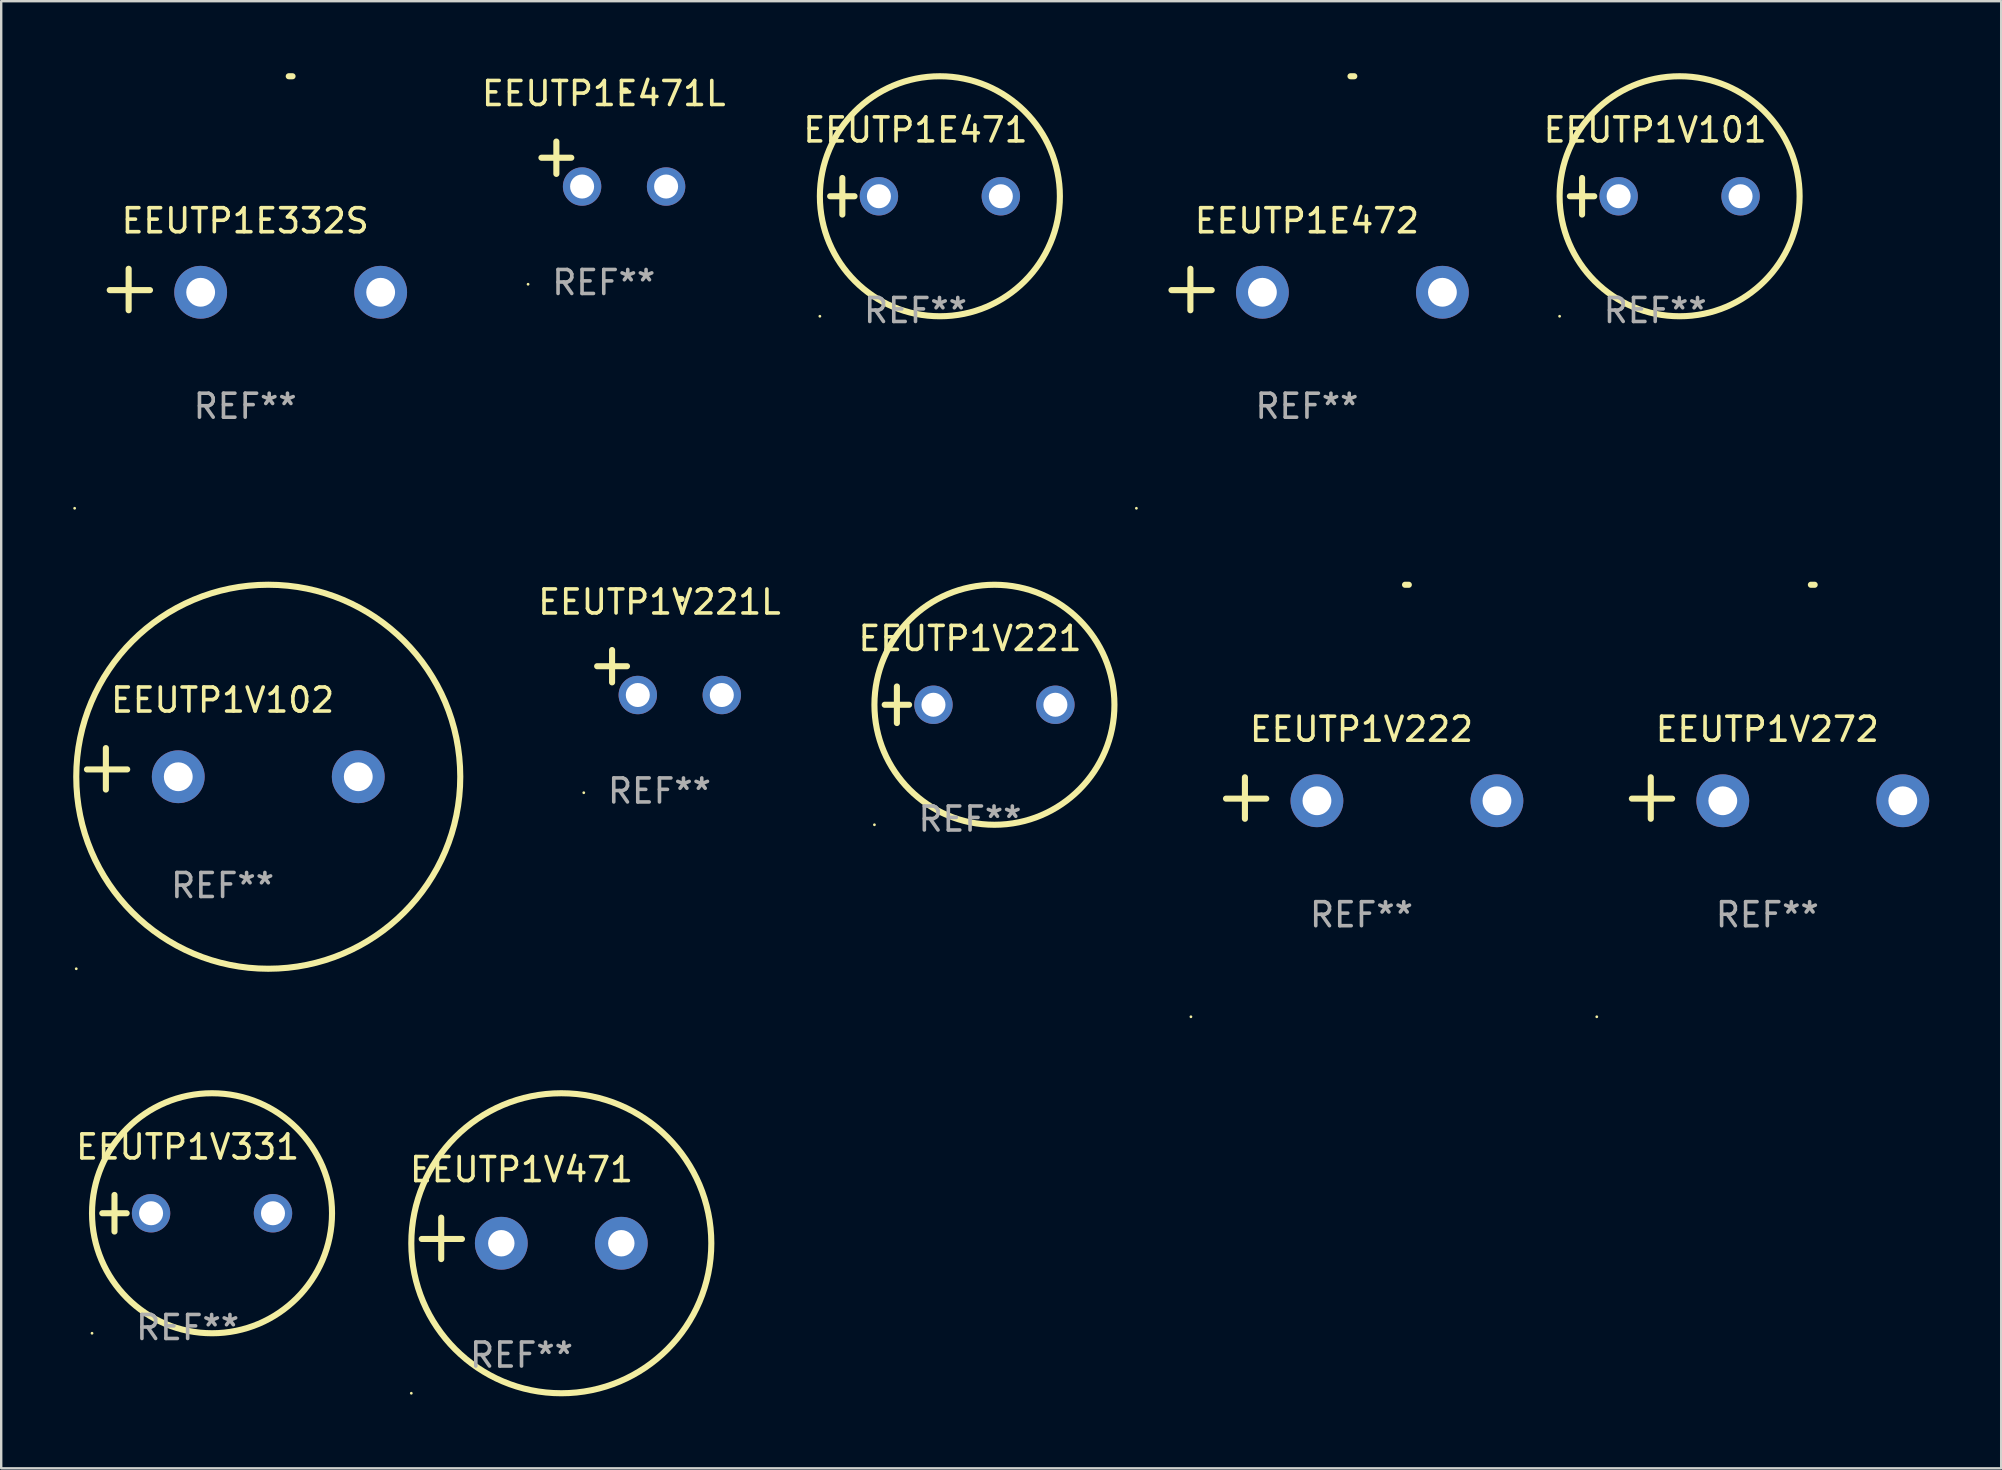
<source format=kicad_pcb>
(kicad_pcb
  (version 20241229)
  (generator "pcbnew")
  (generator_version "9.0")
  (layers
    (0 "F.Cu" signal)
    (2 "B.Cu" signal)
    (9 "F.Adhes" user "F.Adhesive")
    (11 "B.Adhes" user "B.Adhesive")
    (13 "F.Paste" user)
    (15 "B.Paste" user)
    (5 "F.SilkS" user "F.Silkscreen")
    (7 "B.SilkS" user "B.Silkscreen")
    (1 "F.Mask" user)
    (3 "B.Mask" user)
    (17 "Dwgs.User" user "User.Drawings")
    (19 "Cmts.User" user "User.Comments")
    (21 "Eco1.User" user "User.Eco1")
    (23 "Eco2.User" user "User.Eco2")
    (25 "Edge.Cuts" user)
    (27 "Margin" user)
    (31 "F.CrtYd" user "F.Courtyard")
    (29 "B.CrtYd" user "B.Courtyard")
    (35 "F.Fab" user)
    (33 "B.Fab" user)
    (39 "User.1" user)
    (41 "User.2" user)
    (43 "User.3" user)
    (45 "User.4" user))
  (footprint "EEUTP1V101"
    (layer "F.Cu")
    (at 65.915 5.127)
    (property "Reference" "EEUTP1V101" (at 0 -2.762 0) (layer "F.SilkS") (effects (font (size 1 1) (thickness 0.15))))
    (attr through_hole)
    (fp_line (start -3.556 0) (end -2.54 0) (stroke (width 0.254) (type solid)) (layer "F.SilkS"))
    (fp_line (start -3.048 -0.762) (end -3.048 0.762) (stroke (width 0.254) (type solid)) (layer "F.SilkS"))
    (fp_circle (center -3.984 5) (end -3.954 5) (stroke (width 0.06) (type solid)) (fill no) (layer "F.SilkS"))
    (fp_circle (center 1.016 0) (end 6.016 0) (stroke (width 0.254) (type solid)) (fill no) (layer "F.SilkS"))
    (fp_text user "REF**" (at 0 4.762 0) (layer "F.Fab") (effects (font (size 1 1) (thickness 0.15))))
    (pad "1" thru_hole circle (at -1.524 0) (size 1.6 1.6) (drill 1) (layers "*.Cu" "*.Mask"))
    (pad "2" thru_hole circle (at 3.556 0) (size 1.6 1.6) (drill 1) (layers "*.Cu" "*.Mask")))
  (footprint "EEUTP1V221"
    (layer "F.Cu")
    (at 37.367 26.314)
    (property "Reference" "EEUTP1V221" (at 0 -2.762 0) (layer "F.SilkS") (effects (font (size 1 1) (thickness 0.15))))
    (attr through_hole)
    (fp_line (start -3.556 0) (end -2.54 0) (stroke (width 0.254) (type solid)) (layer "F.SilkS"))
    (fp_line (start -3.048 -0.762) (end -3.048 0.762) (stroke (width 0.254) (type solid)) (layer "F.SilkS"))
    (fp_circle (center -3.984 5) (end -3.954 5) (stroke (width 0.06) (type solid)) (fill no) (layer "F.SilkS"))
    (fp_circle (center 1.016 0) (end 6.016 0) (stroke (width 0.254) (type solid)) (fill no) (layer "F.SilkS"))
    (fp_text user "REF**" (at 0 4.762 0) (layer "F.Fab") (effects (font (size 1 1) (thickness 0.15))))
    (pad "1" thru_hole circle (at -1.524 0) (size 1.6 1.6) (drill 1) (layers "*.Cu" "*.Mask"))
    (pad "2" thru_hole circle (at 3.556 0) (size 1.6 1.6) (drill 1) (layers "*.Cu" "*.Mask")))
  (footprint "EEUTP1V102"
    (layer "F.Cu")
    (at 6.225 28.983)
    (property "Reference" "EEUTP1V102" (at 0 -2.864 0) (layer "F.SilkS") (effects (font (size 1 1) (thickness 0.15))))
    (attr through_hole)
    (fp_line (start -4.864 0.864) (end -4.864 -0.864) (stroke (width 0.254) (type solid)) (layer "F.SilkS"))
    (fp_line (start -3.975 0.025) (end -5.652 0.025) (stroke (width 0.254) (type solid)) (layer "F.SilkS"))
    (fp_circle (center -6.098 8.33) (end -6.068 8.33) (stroke (width 0.06) (type solid)) (fill no) (layer "F.SilkS"))
    (fp_circle (center 1.902 0.33) (end 9.902 0.33) (stroke (width 0.254) (type solid)) (fill no) (layer "F.SilkS"))
    (fp_text user "REF**" (at 0 4.864 0) (layer "F.Fab") (effects (font (size 1 1) (thickness 0.15))))
    (pad "1" thru_hole circle (at -1.848 0.33) (size 2.2 2.2) (drill 1.2) (layers "*.Cu" "*.Mask"))
    (pad "2" thru_hole circle (at 5.652 0.33) (size 2.2 2.2) (drill 1.2) (layers "*.Cu" "*.Mask")))
  (footprint "EEUTP1E471L"
    (layer "F.Cu")
    (at 22.106 3.785)
    (property "Reference" "EEUTP1E471L" (at 0 -2.937 0) (layer "F.SilkS") (effects (font (size 1 1) (thickness 0.15))))
    (attr through_hole)
    (fp_line (start -1.975 0.41) (end -1.975 -0.937) (stroke (width 0.254) (type solid)) (layer "F.SilkS"))
    (fp_line (start -1.353 -0.263) (end -2.597 -0.263) (stroke (width 0.254) (type solid)) (layer "F.SilkS"))
    (fp_arc (start 0.849809 -3.063957) (mid 0.885369 -3.064114) (end 0.920929 -3.063957) (stroke (width 0.254001) (type solid)) (layer "F.SilkS"))
    (fp_circle (center -3.154 5.008) (end -3.124 5.008) (stroke (width 0.06) (type solid)) (fill no) (layer "F.SilkS"))
    (fp_text user "REF**" (at 0 4.937 0) (layer "F.Fab") (effects (font (size 1 1) (thickness 0.15))))
    (pad "1" thru_hole circle (at -0.903 0.937) (size 1.6 1.6) (drill 1) (layers "*.Cu" "*.Mask"))
    (pad "2" thru_hole circle (at 2.597 0.937) (size 1.6 1.6) (drill 1) (layers "*.Cu" "*.Mask")))
  (footprint "EEUTP1V222"
    (layer "F.Cu")
    (at 53.676 30.2)
    (property "Reference" "EEUTP1V222" (at 0 -2.864 0) (layer "F.SilkS") (effects (font (size 1 1) (thickness 0.15))))
    (attr through_hole)
    (fp_line (start -4.856 0.864) (end -4.856 -0.864) (stroke (width 0.254) (type solid)) (layer "F.SilkS"))
    (fp_line (start -3.967 0.025) (end -5.644 0.025) (stroke (width 0.254) (type solid)) (layer "F.SilkS"))
    (fp_arc (start 1.815024 -8.885649) (mid 1.893764 -8.88599) (end 1.972504 -8.885649) (stroke (width 0.254001) (type solid)) (layer "F.SilkS"))
    (fp_circle (center -7.106 9.114) (end -7.076 9.114) (stroke (width 0.06) (type solid)) (fill no) (layer "F.SilkS"))
    (fp_text user "REF**" (at 0 4.864 0) (layer "F.Fab") (effects (font (size 1 1) (thickness 0.15))))
    (pad "1" thru_hole circle (at -1.856 0.114) (size 2.2 2.2) (drill 1.2) (layers "*.Cu" "*.Mask"))
    (pad "2" thru_hole circle (at 5.644 0.114) (size 2.2 2.2) (drill 1.2) (layers "*.Cu" "*.Mask")))
  (footprint "EEUTP1E332S"
    (layer "F.Cu")
    (at 7.166 9.013)
    (property "Reference" "EEUTP1E332S" (at 0 -2.864 0) (layer "F.SilkS") (effects (font (size 1 1) (thickness 0.15))))
    (attr through_hole)
    (fp_line (start -4.856 0.864) (end -4.856 -0.864) (stroke (width 0.254) (type solid)) (layer "F.SilkS"))
    (fp_line (start -3.967 0.025) (end -5.644 0.025) (stroke (width 0.254) (type solid)) (layer "F.SilkS"))
    (fp_arc (start 1.815024 -8.885649) (mid 1.893764 -8.88599) (end 1.972504 -8.885649) (stroke (width 0.254001) (type solid)) (layer "F.SilkS"))
    (fp_circle (center -7.106 9.114) (end -7.076 9.114) (stroke (width 0.06) (type solid)) (fill no) (layer "F.SilkS"))
    (fp_text user "REF**" (at 0 4.864 0) (layer "F.Fab") (effects (font (size 1 1) (thickness 0.15))))
    (pad "1" thru_hole circle (at -1.856 0.114) (size 2.2 2.2) (drill 1.2) (layers "*.Cu" "*.Mask"))
    (pad "2" thru_hole circle (at 5.644 0.114) (size 2.2 2.2) (drill 1.2) (layers "*.Cu" "*.Mask")))
  (footprint "EEUTP1V272"
    (layer "F.Cu")
    (at 70.586 30.2)
    (property "Reference" "EEUTP1V272" (at 0 -2.864 0) (layer "F.SilkS") (effects (font (size 1 1) (thickness 0.15))))
    (attr through_hole)
    (fp_line (start -4.856 0.864) (end -4.856 -0.864) (stroke (width 0.254) (type solid)) (layer "F.SilkS"))
    (fp_line (start -3.967 0.025) (end -5.644 0.025) (stroke (width 0.254) (type solid)) (layer "F.SilkS"))
    (fp_arc (start 1.815024 -8.885649) (mid 1.893764 -8.88599) (end 1.972504 -8.885649) (stroke (width 0.254001) (type solid)) (layer "F.SilkS"))
    (fp_circle (center -7.106 9.114) (end -7.076 9.114) (stroke (width 0.06) (type solid)) (fill no) (layer "F.SilkS"))
    (fp_text user "REF**" (at 0 4.864 0) (layer "F.Fab") (effects (font (size 1 1) (thickness 0.15))))
    (pad "1" thru_hole circle (at -1.856 0.114) (size 2.2 2.2) (drill 1.2) (layers "*.Cu" "*.Mask"))
    (pad "2" thru_hole circle (at 5.644 0.114) (size 2.2 2.2) (drill 1.2) (layers "*.Cu" "*.Mask")))
  (footprint "EEUTP1V331"
    (layer "F.Cu")
    (at 4.768 47.5)
    (property "Reference" "EEUTP1V331" (at 0 -2.762 0) (layer "F.SilkS") (effects (font (size 1 1) (thickness 0.15))))
    (attr through_hole)
    (fp_line (start -3.556 0) (end -2.54 0) (stroke (width 0.254) (type solid)) (layer "F.SilkS"))
    (fp_line (start -3.048 -0.762) (end -3.048 0.762) (stroke (width 0.254) (type solid)) (layer "F.SilkS"))
    (fp_circle (center -3.984 5) (end -3.954 5) (stroke (width 0.06) (type solid)) (fill no) (layer "F.SilkS"))
    (fp_circle (center 1.016 0) (end 6.016 0) (stroke (width 0.254) (type solid)) (fill no) (layer "F.SilkS"))
    (fp_text user "REF**" (at 0 4.762 0) (layer "F.Fab") (effects (font (size 1 1) (thickness 0.15))))
    (pad "1" thru_hole circle (at -1.524 0) (size 1.6 1.6) (drill 1) (layers "*.Cu" "*.Mask"))
    (pad "2" thru_hole circle (at 3.556 0) (size 1.6 1.6) (drill 1) (layers "*.Cu" "*.Mask")))
  (footprint "EEUTP1E472"
    (layer "F.Cu")
    (at 51.404 9.013)
    (property "Reference" "EEUTP1E472" (at 0 -2.864 0) (layer "F.SilkS") (effects (font (size 1 1) (thickness 0.15))))
    (attr through_hole)
    (fp_line (start -4.856 0.864) (end -4.856 -0.864) (stroke (width 0.254) (type solid)) (layer "F.SilkS"))
    (fp_line (start -3.967 0.025) (end -5.644 0.025) (stroke (width 0.254) (type solid)) (layer "F.SilkS"))
    (fp_arc (start 1.815024 -8.885649) (mid 1.893764 -8.88599) (end 1.972504 -8.885649) (stroke (width 0.254001) (type solid)) (layer "F.SilkS"))
    (fp_circle (center -7.106 9.114) (end -7.076 9.114) (stroke (width 0.06) (type solid)) (fill no) (layer "F.SilkS"))
    (fp_text user "REF**" (at 0 4.864 0) (layer "F.Fab") (effects (font (size 1 1) (thickness 0.15))))
    (pad "1" thru_hole circle (at -1.856 0.114) (size 2.2 2.2) (drill 1.2) (layers "*.Cu" "*.Mask"))
    (pad "2" thru_hole circle (at 5.644 0.114) (size 2.2 2.2) (drill 1.2) (layers "*.Cu" "*.Mask")))
  (footprint "EEUTP1E471"
    (layer "F.Cu")
    (at 35.094 5.127)
    (property "Reference" "EEUTP1E471" (at 0 -2.762 0) (layer "F.SilkS") (effects (font (size 1 1) (thickness 0.15))))
    (attr through_hole)
    (fp_line (start -3.556 0) (end -2.54 0) (stroke (width 0.254) (type solid)) (layer "F.SilkS"))
    (fp_line (start -3.048 -0.762) (end -3.048 0.762) (stroke (width 0.254) (type solid)) (layer "F.SilkS"))
    (fp_circle (center -3.984 5) (end -3.954 5) (stroke (width 0.06) (type solid)) (fill no) (layer "F.SilkS"))
    (fp_circle (center 1.016 0) (end 6.016 0) (stroke (width 0.254) (type solid)) (fill no) (layer "F.SilkS"))
    (fp_text user "REF**" (at 0 4.762 0) (layer "F.Fab") (effects (font (size 1 1) (thickness 0.15))))
    (pad "1" thru_hole circle (at -1.524 0) (size 1.6 1.6) (drill 1) (layers "*.Cu" "*.Mask"))
    (pad "2" thru_hole circle (at 3.556 0) (size 1.6 1.6) (drill 1) (layers "*.Cu" "*.Mask")))
  (footprint "EEUTP1V471"
    (layer "F.Cu")
    (at 18.679 48.547)
    (property "Reference" "EEUTP1V471" (at 0 -2.864 0) (layer "F.SilkS") (effects (font (size 1 1) (thickness 0.15))))
    (attr through_hole)
    (fp_line (start -3.346 0.864) (end -3.346 -0.864) (stroke (width 0.254) (type solid)) (layer "F.SilkS"))
    (fp_line (start -2.482 0.025) (end -4.158 0.025) (stroke (width 0.254) (type solid)) (layer "F.SilkS"))
    (fp_circle (center -4.592 6.453) (end -4.562 6.453) (stroke (width 0.06) (type solid)) (fill no) (layer "F.SilkS"))
    (fp_circle (center 1.658 0.203) (end 7.908 0.203) (stroke (width 0.254) (type solid)) (fill no) (layer "F.SilkS"))
    (fp_text user "REF**" (at 0 4.864 0) (layer "F.Fab") (effects (font (size 1 1) (thickness 0.15))))
    (pad "1" thru_hole circle (at -0.842 0.203) (size 2.2 2.2) (drill 1.1) (layers "*.Cu" "*.Mask"))
    (pad "2" thru_hole circle (at 4.158 0.203) (size 2.2 2.2) (drill 1.1) (layers "*.Cu" "*.Mask")))
  (footprint "EEUTP1V221L"
    (layer "F.Cu")
    (at 24.427 24.971)
    (property "Reference" "EEUTP1V221L" (at 0 -2.937 0) (layer "F.SilkS") (effects (font (size 1 1) (thickness 0.15))))
    (attr through_hole)
    (fp_line (start -1.975 0.41) (end -1.975 -0.937) (stroke (width 0.254) (type solid)) (layer "F.SilkS"))
    (fp_line (start -1.353 -0.263) (end -2.597 -0.263) (stroke (width 0.254) (type solid)) (layer "F.SilkS"))
    (fp_arc (start 0.849809 -3.063957) (mid 0.885369 -3.064114) (end 0.920929 -3.063957) (stroke (width 0.254001) (type solid)) (layer "F.SilkS"))
    (fp_circle (center -3.154 5.008) (end -3.124 5.008) (stroke (width 0.06) (type solid)) (fill no) (layer "F.SilkS"))
    (fp_text user "REF**" (at 0 4.937 0) (layer "F.Fab") (effects (font (size 1 1) (thickness 0.15))))
    (pad "1" thru_hole circle (at -0.903 0.937) (size 1.6 1.6) (drill 1) (layers "*.Cu" "*.Mask"))
    (pad "2" thru_hole circle (at 2.597 0.937) (size 1.6 1.6) (drill 1) (layers "*.Cu" "*.Mask")))
  (gr_rect
    (start -3 -3)
    (end 80.33 58.127)
    (stroke (width 0.1) (type default))
    (fill no)
    (layer "Edge.Cuts")))
</source>
